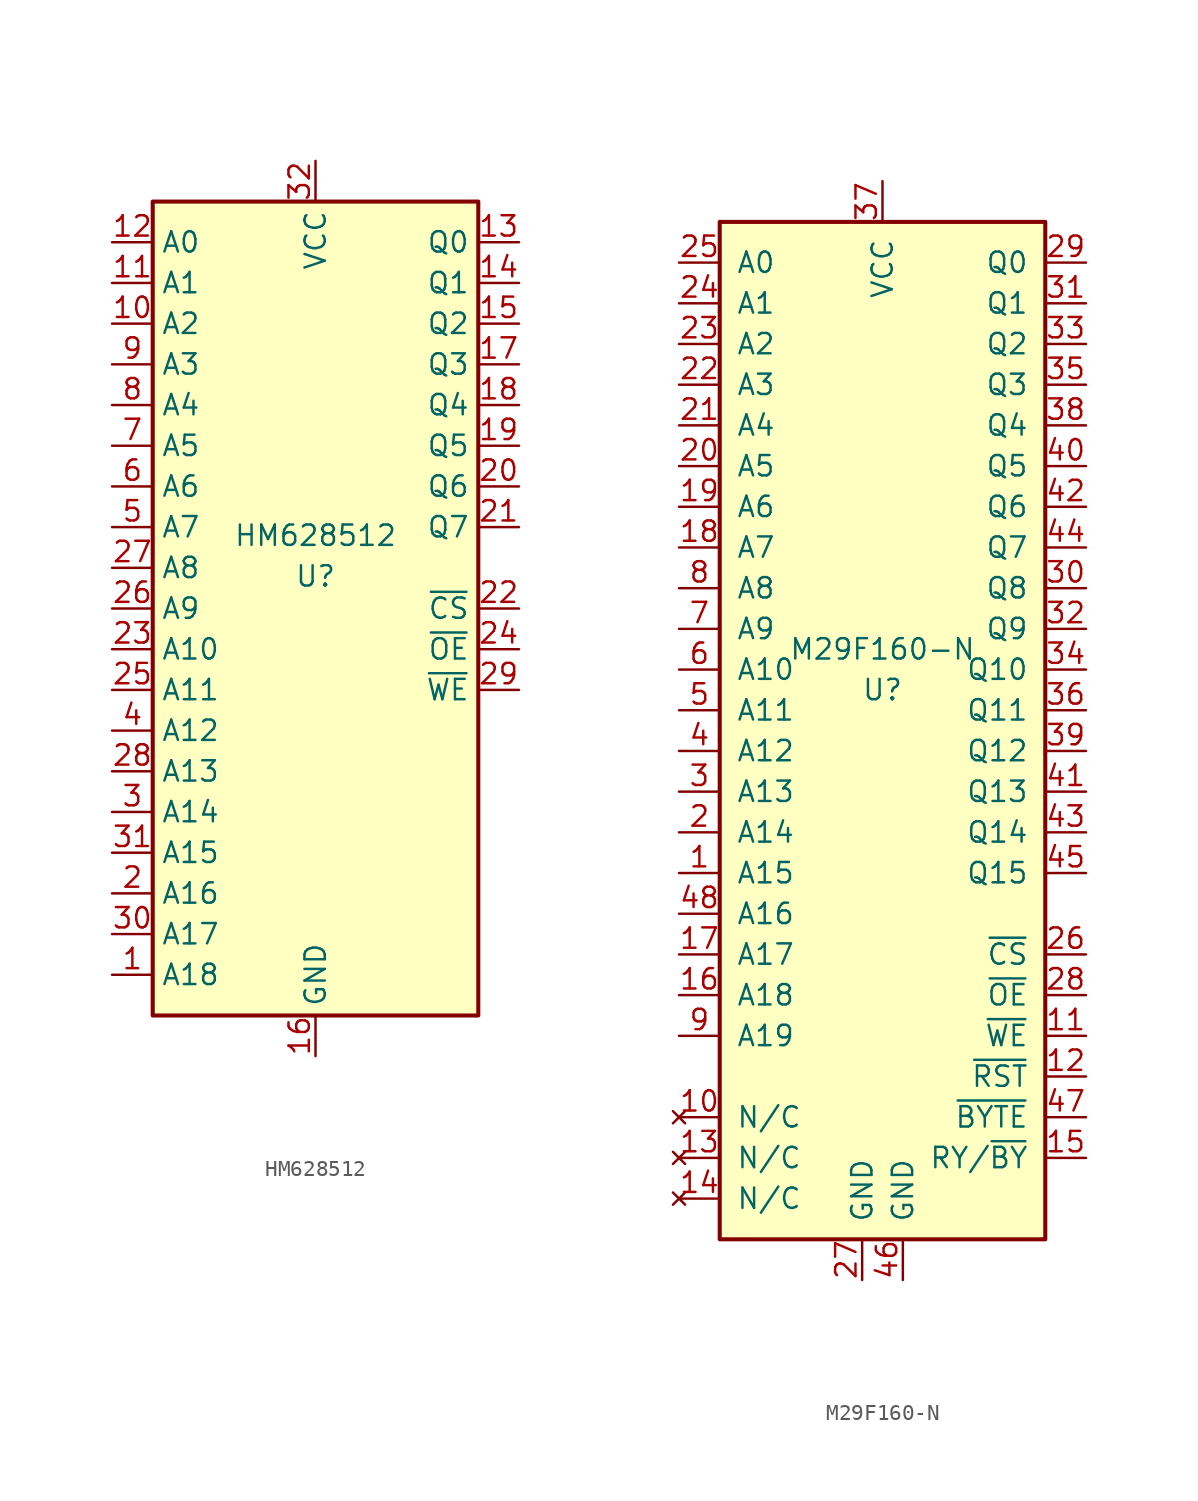
<source format=kicad_sym>
(kicad_symbol_lib
  (version 20220914)
  (generator kicad_symbol_editor)
  (symbol "HM628512"
    (property "Reference" "U"
      (at 0 -1.27 0)
      (effects (font (size 1.27 1.27)) (justify bottom)))
    (property "Value" "HM628512"
      (at 0 1.27 0)
      (effects (font (size 1.27 1.27)) (justify bottom)))
    (symbol "HM628512_0_0"
      (pin power_in line (at 0 -30.48 90) (length 2.54) (name "GND" (effects (font (size 1.27 1.27)))) (number "16" (effects (font (size 1.27 1.27)))))
      (pin power_in line (at 0 25.4 270) (length 2.54) (name "VCC" (effects (font (size 1.27 1.27)))) (number "32" (effects (font (size 1.27 1.27))))))
    (symbol "HM628512_0_1"
      (rectangle (start -10.16 22.86) (end 10.16 -27.94) (stroke (width 0.254) (type default)) (fill (type background))))
    (symbol "HM628512_1_1"
      (pin input line (at -12.7 -25.4 0) (length 2.54) (name "A18" (effects (font (size 1.27 1.27)))) (number "1" (effects (font (size 1.27 1.27)))))
      (pin input line (at -12.7 15.24 0) (length 2.54) (name "A2" (effects (font (size 1.27 1.27)))) (number "10" (effects (font (size 1.27 1.27)))))
      (pin input line (at -12.7 17.78 0) (length 2.54) (name "A1" (effects (font (size 1.27 1.27)))) (number "11" (effects (font (size 1.27 1.27)))))
      (pin input line (at -12.7 20.32 0) (length 2.54) (name "A0" (effects (font (size 1.27 1.27)))) (number "12" (effects (font (size 1.27 1.27)))))
      (pin tri_state line (at 12.7 20.32 180) (length 2.54) (name "Q0" (effects (font (size 1.27 1.27)))) (number "13" (effects (font (size 1.27 1.27)))))
      (pin tri_state line (at 12.7 17.78 180) (length 2.54) (name "Q1" (effects (font (size 1.27 1.27)))) (number "14" (effects (font (size 1.27 1.27)))))
      (pin tri_state line (at 12.7 15.24 180) (length 2.54) (name "Q2" (effects (font (size 1.27 1.27)))) (number "15" (effects (font (size 1.27 1.27)))))
      (pin tri_state line (at 12.7 12.7 180) (length 2.54) (name "Q3" (effects (font (size 1.27 1.27)))) (number "17" (effects (font (size 1.27 1.27)))))
      (pin tri_state line (at 12.7 10.16 180) (length 2.54) (name "Q4" (effects (font (size 1.27 1.27)))) (number "18" (effects (font (size 1.27 1.27)))))
      (pin tri_state line (at 12.7 7.62 180) (length 2.54) (name "Q5" (effects (font (size 1.27 1.27)))) (number "19" (effects (font (size 1.27 1.27)))))
      (pin input line (at -12.7 -20.32 0) (length 2.54) (name "A16" (effects (font (size 1.27 1.27)))) (number "2" (effects (font (size 1.27 1.27)))))
      (pin tri_state line (at 12.7 5.08 180) (length 2.54) (name "Q6" (effects (font (size 1.27 1.27)))) (number "20" (effects (font (size 1.27 1.27)))))
      (pin tri_state line (at 12.7 2.54 180) (length 2.54) (name "Q7" (effects (font (size 1.27 1.27)))) (number "21" (effects (font (size 1.27 1.27)))))
      (pin input line (at 12.7 -2.54 180) (length 2.54) (name "~{CS}" (effects (font (size 1.27 1.27)))) (number "22" (effects (font (size 1.27 1.27)))))
      (pin input line (at -12.7 -5.08 0) (length 2.54) (name "A10" (effects (font (size 1.27 1.27)))) (number "23" (effects (font (size 1.27 1.27)))))
      (pin input line (at 12.7 -5.08 180) (length 2.54) (name "~{OE}" (effects (font (size 1.27 1.27)))) (number "24" (effects (font (size 1.27 1.27)))))
      (pin input line (at -12.7 -7.62 0) (length 2.54) (name "A11" (effects (font (size 1.27 1.27)))) (number "25" (effects (font (size 1.27 1.27)))))
      (pin input line (at -12.7 -2.54 0) (length 2.54) (name "A9" (effects (font (size 1.27 1.27)))) (number "26" (effects (font (size 1.27 1.27)))))
      (pin input line (at -12.7 0 0) (length 2.54) (name "A8" (effects (font (size 1.27 1.27)))) (number "27" (effects (font (size 1.27 1.27)))))
      (pin input line (at -12.7 -12.7 0) (length 2.54) (name "A13" (effects (font (size 1.27 1.27)))) (number "28" (effects (font (size 1.27 1.27)))))
      (pin input line (at 12.7 -7.62 180) (length 2.54) (name "~{WE}" (effects (font (size 1.27 1.27)))) (number "29" (effects (font (size 1.27 1.27)))))
      (pin input line (at -12.7 -15.24 0) (length 2.54) (name "A14" (effects (font (size 1.27 1.27)))) (number "3" (effects (font (size 1.27 1.27)))))
      (pin input line (at -12.7 -22.86 0) (length 2.54) (name "A17" (effects (font (size 1.27 1.27)))) (number "30" (effects (font (size 1.27 1.27)))))
      (pin input line (at -12.7 -17.78 0) (length 2.54) (name "A15" (effects (font (size 1.27 1.27)))) (number "31" (effects (font (size 1.27 1.27)))))
      (pin input line (at -12.7 -10.16 0) (length 2.54) (name "A12" (effects (font (size 1.27 1.27)))) (number "4" (effects (font (size 1.27 1.27)))))
      (pin input line (at -12.7 2.54 0) (length 2.54) (name "A7" (effects (font (size 1.27 1.27)))) (number "5" (effects (font (size 1.27 1.27)))))
      (pin input line (at -12.7 5.08 0) (length 2.54) (name "A6" (effects (font (size 1.27 1.27)))) (number "6" (effects (font (size 1.27 1.27)))))
      (pin input line (at -12.7 7.62 0) (length 2.54) (name "A5" (effects (font (size 1.27 1.27)))) (number "7" (effects (font (size 1.27 1.27)))))
      (pin input line (at -12.7 10.16 0) (length 2.54) (name "A4" (effects (font (size 1.27 1.27)))) (number "8" (effects (font (size 1.27 1.27)))))
      (pin input line (at -12.7 12.7 0) (length 2.54) (name "A3" (effects (font (size 1.27 1.27)))) (number "9" (effects (font (size 1.27 1.27)))))))
  (symbol "M29F160-N"
    (pin_names
      (offset 1.016))
    (property "Reference" "U"
      (at 0 0 0)
      (effects (font (size 1.27 1.27))))
    (property "Value" "M29F160-N"
      (at 0 2.54 0)
      (effects (font (size 1.27 1.27))))
    (symbol "M29F160-N_1_1"
      (rectangle (start -10.16 29.21) (end 10.16 -34.29) (stroke (width 0.254) (type default)) (fill (type background)))
      (pin input line (at -12.7 -11.43 0) (length 2.54) (name "A15" (effects (font (size 1.27 1.27)))) (number "1" (effects (font (size 1.27 1.27)))))
      (pin no_connect line (at -12.7 -26.67 0) (length 2.54) (name "N/C" (effects (font (size 1.27 1.27)))) (number "10" (effects (font (size 1.27 1.27)))))
      (pin input line (at 12.7 -21.59 180) (length 2.54) (name "~{WE}" (effects (font (size 1.27 1.27)))) (number "11" (effects (font (size 1.27 1.27)))))
      (pin input line (at 12.7 -24.13 180) (length 2.54) (name "~{RST}" (effects (font (size 1.27 1.27)))) (number "12" (effects (font (size 1.27 1.27)))))
      (pin no_connect line (at -12.7 -29.21 0) (length 2.54) (name "N/C" (effects (font (size 1.27 1.27)))) (number "13" (effects (font (size 1.27 1.27)))))
      (pin no_connect line (at -12.7 -31.75 0) (length 2.54) (name "N/C" (effects (font (size 1.27 1.27)))) (number "14" (effects (font (size 1.27 1.27)))))
      (pin output line (at 12.7 -29.21 180) (length 2.54) (name "RY/~{BY}" (effects (font (size 1.27 1.27)))) (number "15" (effects (font (size 1.27 1.27)))))
      (pin input line (at -12.7 -19.05 0) (length 2.54) (name "A18" (effects (font (size 1.27 1.27)))) (number "16" (effects (font (size 1.27 1.27)))))
      (pin input line (at -12.7 -16.51 0) (length 2.54) (name "A17" (effects (font (size 1.27 1.27)))) (number "17" (effects (font (size 1.27 1.27)))))
      (pin input line (at -12.7 8.89 0) (length 2.54) (name "A7" (effects (font (size 1.27 1.27)))) (number "18" (effects (font (size 1.27 1.27)))))
      (pin input line (at -12.7 11.43 0) (length 2.54) (name "A6" (effects (font (size 1.27 1.27)))) (number "19" (effects (font (size 1.27 1.27)))))
      (pin input line (at -12.7 -8.89 0) (length 2.54) (name "A14" (effects (font (size 1.27 1.27)))) (number "2" (effects (font (size 1.27 1.27)))))
      (pin input line (at -12.7 13.97 0) (length 2.54) (name "A5" (effects (font (size 1.27 1.27)))) (number "20" (effects (font (size 1.27 1.27)))))
      (pin input line (at -12.7 16.51 0) (length 2.54) (name "A4" (effects (font (size 1.27 1.27)))) (number "21" (effects (font (size 1.27 1.27)))))
      (pin input line (at -12.7 19.05 0) (length 2.54) (name "A3" (effects (font (size 1.27 1.27)))) (number "22" (effects (font (size 1.27 1.27)))))
      (pin input line (at -12.7 21.59 0) (length 2.54) (name "A2" (effects (font (size 1.27 1.27)))) (number "23" (effects (font (size 1.27 1.27)))))
      (pin input line (at -12.7 24.13 0) (length 2.54) (name "A1" (effects (font (size 1.27 1.27)))) (number "24" (effects (font (size 1.27 1.27)))))
      (pin input line (at -12.7 26.67 0) (length 2.54) (name "A0" (effects (font (size 1.27 1.27)))) (number "25" (effects (font (size 1.27 1.27)))))
      (pin input line (at 12.7 -16.51 180) (length 2.54) (name "~{CS}" (effects (font (size 1.27 1.27)))) (number "26" (effects (font (size 1.27 1.27)))))
      (pin power_in line (at -1.27 -36.83 90) (length 2.54) (name "GND" (effects (font (size 1.27 1.27)))) (number "27" (effects (font (size 1.27 1.27)))))
      (pin input line (at 12.7 -19.05 180) (length 2.54) (name "~{OE}" (effects (font (size 1.27 1.27)))) (number "28" (effects (font (size 1.27 1.27)))))
      (pin tri_state line (at 12.7 26.67 180) (length 2.54) (name "Q0" (effects (font (size 1.27 1.27)))) (number "29" (effects (font (size 1.27 1.27)))))
      (pin input line (at -12.7 -6.35 0) (length 2.54) (name "A13" (effects (font (size 1.27 1.27)))) (number "3" (effects (font (size 1.27 1.27)))))
      (pin tri_state line (at 12.7 6.35 180) (length 2.54) (name "Q8" (effects (font (size 1.27 1.27)))) (number "30" (effects (font (size 1.27 1.27)))))
      (pin tri_state line (at 12.7 24.13 180) (length 2.54) (name "Q1" (effects (font (size 1.27 1.27)))) (number "31" (effects (font (size 1.27 1.27)))))
      (pin tri_state line (at 12.7 3.81 180) (length 2.54) (name "Q9" (effects (font (size 1.27 1.27)))) (number "32" (effects (font (size 1.27 1.27)))))
      (pin tri_state line (at 12.7 21.59 180) (length 2.54) (name "Q2" (effects (font (size 1.27 1.27)))) (number "33" (effects (font (size 1.27 1.27)))))
      (pin tri_state line (at 12.7 1.27 180) (length 2.54) (name "Q10" (effects (font (size 1.27 1.27)))) (number "34" (effects (font (size 1.27 1.27)))))
      (pin tri_state line (at 12.7 19.05 180) (length 2.54) (name "Q3" (effects (font (size 1.27 1.27)))) (number "35" (effects (font (size 1.27 1.27)))))
      (pin tri_state line (at 12.7 -1.27 180) (length 2.54) (name "Q11" (effects (font (size 1.27 1.27)))) (number "36" (effects (font (size 1.27 1.27)))))
      (pin power_in line (at 0 31.75 270) (length 2.54) (name "VCC" (effects (font (size 1.27 1.27)))) (number "37" (effects (font (size 1.27 1.27)))))
      (pin tri_state line (at 12.7 16.51 180) (length 2.54) (name "Q4" (effects (font (size 1.27 1.27)))) (number "38" (effects (font (size 1.27 1.27)))))
      (pin tri_state line (at 12.7 -3.81 180) (length 2.54) (name "Q12" (effects (font (size 1.27 1.27)))) (number "39" (effects (font (size 1.27 1.27)))))
      (pin input line (at -12.7 -3.81 0) (length 2.54) (name "A12" (effects (font (size 1.27 1.27)))) (number "4" (effects (font (size 1.27 1.27)))))
      (pin tri_state line (at 12.7 13.97 180) (length 2.54) (name "Q5" (effects (font (size 1.27 1.27)))) (number "40" (effects (font (size 1.27 1.27)))))
      (pin tri_state line (at 12.7 -6.35 180) (length 2.54) (name "Q13" (effects (font (size 1.27 1.27)))) (number "41" (effects (font (size 1.27 1.27)))))
      (pin tri_state line (at 12.7 11.43 180) (length 2.54) (name "Q6" (effects (font (size 1.27 1.27)))) (number "42" (effects (font (size 1.27 1.27)))))
      (pin tri_state line (at 12.7 -8.89 180) (length 2.54) (name "Q14" (effects (font (size 1.27 1.27)))) (number "43" (effects (font (size 1.27 1.27)))))
      (pin tri_state line (at 12.7 8.89 180) (length 2.54) (name "Q7" (effects (font (size 1.27 1.27)))) (number "44" (effects (font (size 1.27 1.27)))))
      (pin tri_state line (at 12.7 -11.43 180) (length 2.54) (name "Q15" (effects (font (size 1.27 1.27)))) (number "45" (effects (font (size 1.27 1.27)))))
      (pin power_in line (at 1.27 -36.83 90) (length 2.54) (name "GND" (effects (font (size 1.27 1.27)))) (number "46" (effects (font (size 1.27 1.27)))))
      (pin input line (at 12.7 -26.67 180) (length 2.54) (name "~{BYTE}" (effects (font (size 1.27 1.27)))) (number "47" (effects (font (size 1.27 1.27)))))
      (pin input line (at -12.7 -13.97 0) (length 2.54) (name "A16" (effects (font (size 1.27 1.27)))) (number "48" (effects (font (size 1.27 1.27)))))
      (pin input line (at -12.7 -1.27 0) (length 2.54) (name "A11" (effects (font (size 1.27 1.27)))) (number "5" (effects (font (size 1.27 1.27)))))
      (pin input line (at -12.7 1.27 0) (length 2.54) (name "A10" (effects (font (size 1.27 1.27)))) (number "6" (effects (font (size 1.27 1.27)))))
      (pin input line (at -12.7 3.81 0) (length 2.54) (name "A9" (effects (font (size 1.27 1.27)))) (number "7" (effects (font (size 1.27 1.27)))))
      (pin input line (at -12.7 6.35 0) (length 2.54) (name "A8" (effects (font (size 1.27 1.27)))) (number "8" (effects (font (size 1.27 1.27)))))
      (pin input line (at -12.7 -21.59 0) (length 2.54) (name "A19" (effects (font (size 1.27 1.27)))) (number "9" (effects (font (size 1.27 1.27))))))))
</source>
